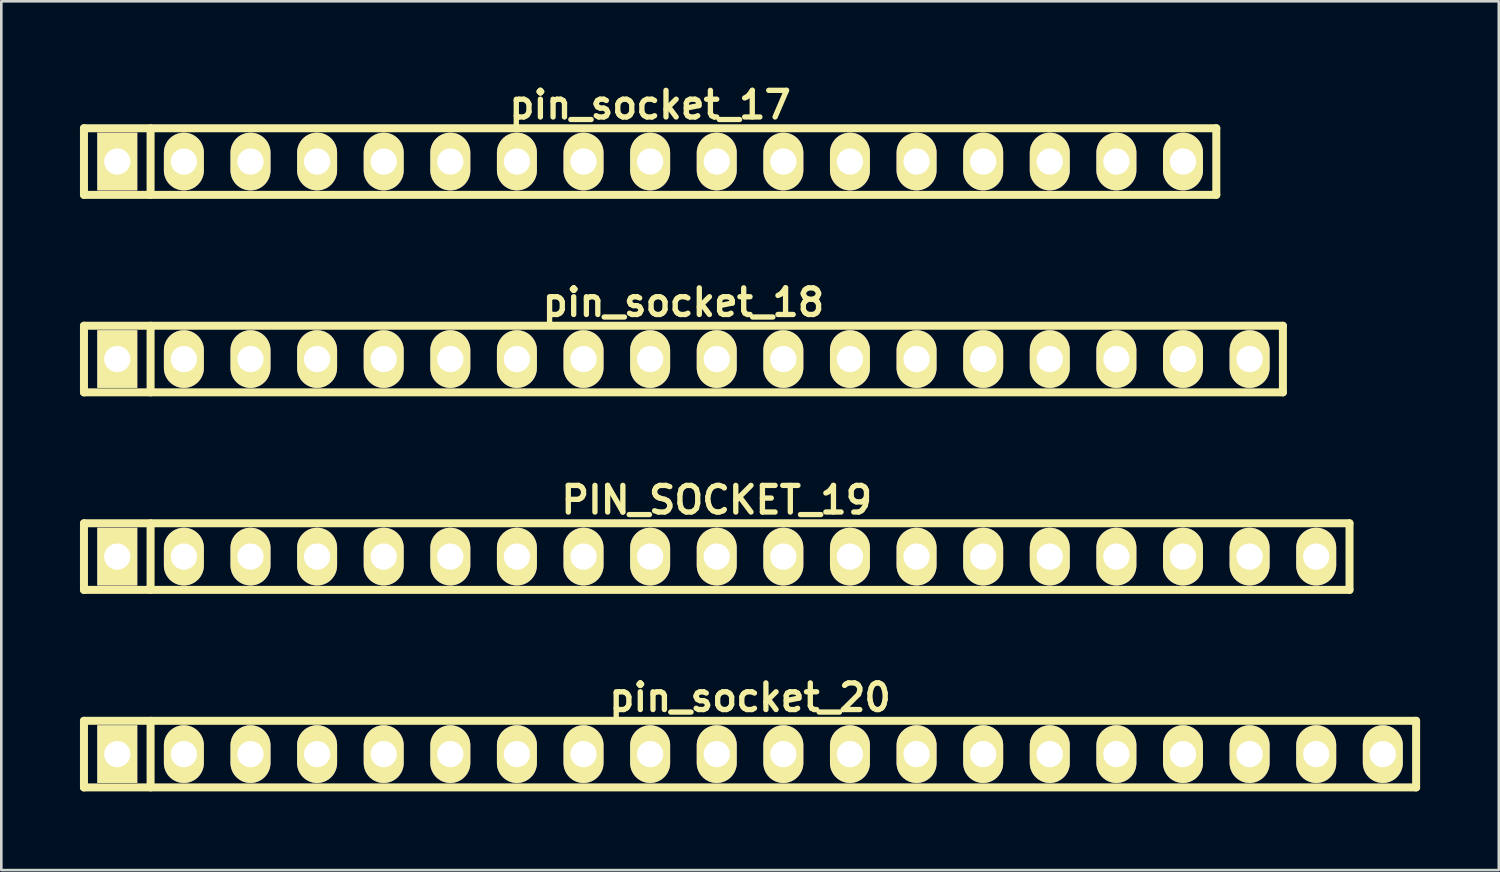
<source format=kicad_pcb>
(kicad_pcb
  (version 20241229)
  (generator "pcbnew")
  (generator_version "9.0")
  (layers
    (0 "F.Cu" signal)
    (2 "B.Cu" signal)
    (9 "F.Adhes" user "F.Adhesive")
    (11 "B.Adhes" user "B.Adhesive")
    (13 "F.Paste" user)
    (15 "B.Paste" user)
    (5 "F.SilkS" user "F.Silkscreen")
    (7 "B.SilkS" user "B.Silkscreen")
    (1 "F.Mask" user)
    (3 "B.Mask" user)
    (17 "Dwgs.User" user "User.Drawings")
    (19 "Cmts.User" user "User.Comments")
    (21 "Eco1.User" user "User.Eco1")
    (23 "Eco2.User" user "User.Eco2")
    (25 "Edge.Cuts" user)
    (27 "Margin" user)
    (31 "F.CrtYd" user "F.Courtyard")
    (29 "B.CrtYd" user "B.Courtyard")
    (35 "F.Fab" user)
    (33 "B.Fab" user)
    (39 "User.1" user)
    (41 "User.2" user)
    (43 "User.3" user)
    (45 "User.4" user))
  (footprint "PIN_SOCKET_19"
    (layer "F.Cu")
    (at 24.282 18.175)
    (property "Reference" "PIN_SOCKET_19" (at 0 -2.159 0) (layer "F.SilkS") (effects (font (size 1.016 1.016) (thickness 0.203))))
    (attr through_hole)
    (fp_line (start -24.13 -1.27) (end 24.13 -1.27) (stroke (width 0.305) (type solid)) (layer "F.SilkS"))
    (fp_line (start -24.13 1.27) (end -24.13 -1.27) (stroke (width 0.305) (type solid)) (layer "F.SilkS"))
    (fp_line (start -21.59 -1.27) (end -21.59 1.27) (stroke (width 0.305) (type solid)) (layer "F.SilkS"))
    (fp_line (start 24.13 -1.27) (end 24.13 1.27) (stroke (width 0.305) (type solid)) (layer "F.SilkS"))
    (fp_line (start 24.13 1.27) (end -24.13 1.27) (stroke (width 0.305) (type solid)) (layer "F.SilkS"))
    (pad "1" thru_hole rect (at -22.86 0) (size 1.524 2.2) (drill 1.001) (layers "*.Cu" "*.Mask" "F.SilkS"))
    (pad "2" thru_hole oval (at -20.32 0) (size 1.524 2.2) (drill 1.001) (layers "*.Cu" "*.Mask" "F.SilkS"))
    (pad "3" thru_hole oval (at -17.78 0) (size 1.524 2.2) (drill 1.001) (layers "*.Cu" "*.Mask" "F.SilkS"))
    (pad "4" thru_hole oval (at -15.24 0) (size 1.524 2.2) (drill 1.001) (layers "*.Cu" "*.Mask" "F.SilkS"))
    (pad "5" thru_hole oval (at -12.7 0) (size 1.524 2.2) (drill 1.001) (layers "*.Cu" "*.Mask" "F.SilkS"))
    (pad "6" thru_hole oval (at -10.16 0) (size 1.524 2.2) (drill 1.001) (layers "*.Cu" "*.Mask" "F.SilkS"))
    (pad "7" thru_hole oval (at -7.62 0) (size 1.524 2.2) (drill 1.001) (layers "*.Cu" "*.Mask" "F.SilkS"))
    (pad "8" thru_hole oval (at -5.08 0) (size 1.524 2.2) (drill 1.001) (layers "*.Cu" "*.Mask" "F.SilkS"))
    (pad "9" thru_hole oval (at -2.54 0) (size 1.524 2.2) (drill 1.001) (layers "*.Cu" "*.Mask" "F.SilkS"))
    (pad "10" thru_hole oval (at 0 0) (size 1.524 2.2) (drill 1.001) (layers "*.Cu" "*.Mask" "F.SilkS"))
    (pad "11" thru_hole oval (at 2.54 0) (size 1.524 2.2) (drill 1.001) (layers "*.Cu" "*.Mask" "F.SilkS"))
    (pad "12" thru_hole oval (at 5.08 0) (size 1.524 2.2) (drill 1.001) (layers "*.Cu" "*.Mask" "F.SilkS"))
    (pad "13" thru_hole oval (at 7.62 0) (size 1.524 2.2) (drill 1.001) (layers "*.Cu" "*.Mask" "F.SilkS"))
    (pad "14" thru_hole oval (at 10.16 0) (size 1.524 2.2) (drill 1.001) (layers "*.Cu" "*.Mask" "F.SilkS"))
    (pad "15" thru_hole oval (at 12.7 0) (size 1.524 2.2) (drill 1.001) (layers "*.Cu" "*.Mask" "F.SilkS"))
    (pad "16" thru_hole oval (at 15.24 0) (size 1.524 2.2) (drill 1.001) (layers "*.Cu" "*.Mask" "F.SilkS"))
    (pad "17" thru_hole oval (at 17.78 0) (size 1.524 2.2) (drill 1.001) (layers "*.Cu" "*.Mask" "F.SilkS"))
    (pad "18" thru_hole oval (at 20.32 0) (size 1.524 2.2) (drill 1.001) (layers "*.Cu" "*.Mask" "F.SilkS"))
    (pad "19" thru_hole oval (at 22.86 0) (size 1.524 2.2) (drill 1.001) (layers "*.Cu" "*.Mask" "F.SilkS")))
  (footprint "pin_socket_18"
    (layer "F.Cu")
    (at 23.012 10.642)
    (property "Reference" "pin_socket_18" (at 0 -2.159 0) (layer "F.SilkS") (effects (font (size 1.016 1.016) (thickness 0.203))))
    (attr through_hole)
    (fp_line (start -22.86 -1.27) (end 22.86 -1.27) (stroke (width 0.305) (type solid)) (layer "F.SilkS"))
    (fp_line (start -22.86 1.27) (end -22.86 -1.27) (stroke (width 0.305) (type solid)) (layer "F.SilkS"))
    (fp_line (start -20.32 -1.27) (end -20.32 1.27) (stroke (width 0.305) (type solid)) (layer "F.SilkS"))
    (fp_line (start 22.86 -1.27) (end 22.86 1.27) (stroke (width 0.305) (type solid)) (layer "F.SilkS"))
    (fp_line (start 22.86 1.27) (end -22.86 1.27) (stroke (width 0.305) (type solid)) (layer "F.SilkS"))
    (pad "1" thru_hole rect (at -21.59 0) (size 1.524 2.2) (drill 1.001) (layers "*.Cu" "*.Mask" "F.SilkS"))
    (pad "2" thru_hole oval (at -19.05 0) (size 1.524 2.2) (drill 1.001) (layers "*.Cu" "*.Mask" "F.SilkS"))
    (pad "3" thru_hole oval (at -16.51 0) (size 1.524 2.2) (drill 1.001) (layers "*.Cu" "*.Mask" "F.SilkS"))
    (pad "4" thru_hole oval (at -13.97 0) (size 1.524 2.2) (drill 1.001) (layers "*.Cu" "*.Mask" "F.SilkS"))
    (pad "5" thru_hole oval (at -11.43 0) (size 1.524 2.2) (drill 1.001) (layers "*.Cu" "*.Mask" "F.SilkS"))
    (pad "6" thru_hole oval (at -8.89 0) (size 1.524 2.2) (drill 1.001) (layers "*.Cu" "*.Mask" "F.SilkS"))
    (pad "7" thru_hole oval (at -6.35 0) (size 1.524 2.2) (drill 1.001) (layers "*.Cu" "*.Mask" "F.SilkS"))
    (pad "8" thru_hole oval (at -3.81 0) (size 1.524 2.2) (drill 1.001) (layers "*.Cu" "*.Mask" "F.SilkS"))
    (pad "9" thru_hole oval (at -1.27 0) (size 1.524 2.2) (drill 1.001) (layers "*.Cu" "*.Mask" "F.SilkS"))
    (pad "10" thru_hole oval (at 1.27 0) (size 1.524 2.2) (drill 1.001) (layers "*.Cu" "*.Mask" "F.SilkS"))
    (pad "11" thru_hole oval (at 3.81 0) (size 1.524 2.2) (drill 1.001) (layers "*.Cu" "*.Mask" "F.SilkS"))
    (pad "12" thru_hole oval (at 6.35 0) (size 1.524 2.2) (drill 1.001) (layers "*.Cu" "*.Mask" "F.SilkS"))
    (pad "13" thru_hole oval (at 8.89 0) (size 1.524 2.2) (drill 1.001) (layers "*.Cu" "*.Mask" "F.SilkS"))
    (pad "14" thru_hole oval (at 11.43 0) (size 1.524 2.2) (drill 1.001) (layers "*.Cu" "*.Mask" "F.SilkS"))
    (pad "15" thru_hole oval (at 13.97 0) (size 1.524 2.2) (drill 1.001) (layers "*.Cu" "*.Mask" "F.SilkS"))
    (pad "16" thru_hole oval (at 16.51 0) (size 1.524 2.2) (drill 1.001) (layers "*.Cu" "*.Mask" "F.SilkS"))
    (pad "17" thru_hole oval (at 19.05 0) (size 1.524 2.2) (drill 1.001) (layers "*.Cu" "*.Mask" "F.SilkS"))
    (pad "18" thru_hole oval (at 21.59 0) (size 1.524 2.2) (drill 1.001) (layers "*.Cu" "*.Mask" "F.SilkS")))
  (footprint "pin_socket_17"
    (layer "F.Cu")
    (at 21.742 3.11)
    (property "Reference" "pin_socket_17" (at 0 -2.159 0) (layer "F.SilkS") (effects (font (size 1.016 1.016) (thickness 0.203))))
    (attr through_hole)
    (fp_line (start -21.59 -1.27) (end 21.59 -1.27) (stroke (width 0.305) (type solid)) (layer "F.SilkS"))
    (fp_line (start -21.59 1.27) (end -21.59 -1.27) (stroke (width 0.305) (type solid)) (layer "F.SilkS"))
    (fp_line (start -19.05 -1.27) (end -19.05 1.27) (stroke (width 0.305) (type solid)) (layer "F.SilkS"))
    (fp_line (start 21.59 -1.27) (end 21.59 1.27) (stroke (width 0.305) (type solid)) (layer "F.SilkS"))
    (fp_line (start 21.59 1.27) (end -21.59 1.27) (stroke (width 0.305) (type solid)) (layer "F.SilkS"))
    (pad "1" thru_hole rect (at -20.32 0) (size 1.524 2.2) (drill 1.001) (layers "*.Cu" "*.Mask" "F.SilkS"))
    (pad "2" thru_hole oval (at -17.78 0) (size 1.524 2.2) (drill 1.001) (layers "*.Cu" "*.Mask" "F.SilkS"))
    (pad "3" thru_hole oval (at -15.24 0) (size 1.524 2.2) (drill 1.001) (layers "*.Cu" "*.Mask" "F.SilkS"))
    (pad "4" thru_hole oval (at -12.7 0) (size 1.524 2.2) (drill 1.001) (layers "*.Cu" "*.Mask" "F.SilkS"))
    (pad "5" thru_hole oval (at -10.16 0) (size 1.524 2.2) (drill 1.001) (layers "*.Cu" "*.Mask" "F.SilkS"))
    (pad "6" thru_hole oval (at -7.62 0) (size 1.524 2.2) (drill 1.001) (layers "*.Cu" "*.Mask" "F.SilkS"))
    (pad "7" thru_hole oval (at -5.08 0) (size 1.524 2.2) (drill 1.001) (layers "*.Cu" "*.Mask" "F.SilkS"))
    (pad "8" thru_hole oval (at -2.54 0) (size 1.524 2.2) (drill 1.001) (layers "*.Cu" "*.Mask" "F.SilkS"))
    (pad "9" thru_hole oval (at 0 0) (size 1.524 2.2) (drill 1.001) (layers "*.Cu" "*.Mask" "F.SilkS"))
    (pad "10" thru_hole oval (at 2.54 0) (size 1.524 2.2) (drill 1.001) (layers "*.Cu" "*.Mask" "F.SilkS"))
    (pad "11" thru_hole oval (at 5.08 0) (size 1.524 2.2) (drill 1.001) (layers "*.Cu" "*.Mask" "F.SilkS"))
    (pad "12" thru_hole oval (at 7.62 0) (size 1.524 2.2) (drill 1.001) (layers "*.Cu" "*.Mask" "F.SilkS"))
    (pad "13" thru_hole oval (at 10.16 0) (size 1.524 2.2) (drill 1.001) (layers "*.Cu" "*.Mask" "F.SilkS"))
    (pad "14" thru_hole oval (at 12.7 0) (size 1.524 2.2) (drill 1.001) (layers "*.Cu" "*.Mask" "F.SilkS"))
    (pad "15" thru_hole oval (at 15.24 0) (size 1.524 2.2) (drill 1.001) (layers "*.Cu" "*.Mask" "F.SilkS"))
    (pad "16" thru_hole oval (at 17.78 0) (size 1.524 2.2) (drill 1.001) (layers "*.Cu" "*.Mask" "F.SilkS"))
    (pad "17" thru_hole oval (at 20.32 0) (size 1.524 2.2) (drill 1.001) (layers "*.Cu" "*.Mask" "F.SilkS")))
  (footprint "pin_socket_20"
    (layer "F.Cu")
    (at 25.552 25.707)
    (property "Reference" "pin_socket_20" (at 0 -2.159 0) (layer "F.SilkS") (effects (font (size 1.016 1.016) (thickness 0.203))))
    (attr through_hole)
    (fp_line (start -25.4 -1.27) (end 25.4 -1.27) (stroke (width 0.305) (type solid)) (layer "F.SilkS"))
    (fp_line (start -25.4 1.27) (end -25.4 -1.27) (stroke (width 0.305) (type solid)) (layer "F.SilkS"))
    (fp_line (start -22.86 -1.27) (end -22.86 1.27) (stroke (width 0.305) (type solid)) (layer "F.SilkS"))
    (fp_line (start 25.4 -1.27) (end 25.4 1.27) (stroke (width 0.305) (type solid)) (layer "F.SilkS"))
    (fp_line (start 25.4 1.27) (end -25.4 1.27) (stroke (width 0.305) (type solid)) (layer "F.SilkS"))
    (pad "1" thru_hole rect (at -24.13 0) (size 1.524 2.2) (drill 1.001) (layers "*.Cu" "*.Mask" "F.SilkS"))
    (pad "2" thru_hole oval (at -21.59 0) (size 1.524 2.2) (drill 1.001) (layers "*.Cu" "*.Mask" "F.SilkS"))
    (pad "3" thru_hole oval (at -19.05 0) (size 1.524 2.2) (drill 1.001) (layers "*.Cu" "*.Mask" "F.SilkS"))
    (pad "4" thru_hole oval (at -16.51 0) (size 1.524 2.2) (drill 1.001) (layers "*.Cu" "*.Mask" "F.SilkS"))
    (pad "5" thru_hole oval (at -13.97 0) (size 1.524 2.2) (drill 1.001) (layers "*.Cu" "*.Mask" "F.SilkS"))
    (pad "6" thru_hole oval (at -11.43 0) (size 1.524 2.2) (drill 1.001) (layers "*.Cu" "*.Mask" "F.SilkS"))
    (pad "7" thru_hole oval (at -8.89 0) (size 1.524 2.2) (drill 1.001) (layers "*.Cu" "*.Mask" "F.SilkS"))
    (pad "8" thru_hole oval (at -6.35 0) (size 1.524 2.2) (drill 1.001) (layers "*.Cu" "*.Mask" "F.SilkS"))
    (pad "9" thru_hole oval (at -3.81 0) (size 1.524 2.2) (drill 1.001) (layers "*.Cu" "*.Mask" "F.SilkS"))
    (pad "10" thru_hole oval (at -1.27 0) (size 1.524 2.2) (drill 1.001) (layers "*.Cu" "*.Mask" "F.SilkS"))
    (pad "11" thru_hole oval (at 1.27 0) (size 1.524 2.2) (drill 1.001) (layers "*.Cu" "*.Mask" "F.SilkS"))
    (pad "12" thru_hole oval (at 3.81 0) (size 1.524 2.2) (drill 1.001) (layers "*.Cu" "*.Mask" "F.SilkS"))
    (pad "13" thru_hole oval (at 6.35 0) (size 1.524 2.2) (drill 1.001) (layers "*.Cu" "*.Mask" "F.SilkS"))
    (pad "14" thru_hole oval (at 8.89 0) (size 1.524 2.2) (drill 1.001) (layers "*.Cu" "*.Mask" "F.SilkS"))
    (pad "15" thru_hole oval (at 11.43 0) (size 1.524 2.2) (drill 1.001) (layers "*.Cu" "*.Mask" "F.SilkS"))
    (pad "16" thru_hole oval (at 13.97 0) (size 1.524 2.2) (drill 1.001) (layers "*.Cu" "*.Mask" "F.SilkS"))
    (pad "17" thru_hole oval (at 16.51 0) (size 1.524 2.2) (drill 1.001) (layers "*.Cu" "*.Mask" "F.SilkS"))
    (pad "18" thru_hole oval (at 19.05 0) (size 1.524 2.2) (drill 1.001) (layers "*.Cu" "*.Mask" "F.SilkS"))
    (pad "19" thru_hole oval (at 21.59 0) (size 1.524 2.2) (drill 1.001) (layers "*.Cu" "*.Mask" "F.SilkS"))
    (pad "20" thru_hole oval (at 24.13 0) (size 1.524 2.2) (drill 1.001) (layers "*.Cu" "*.Mask" "F.SilkS")))
  (gr_rect
    (start -3 -3)
    (end 54.105 30.13)
    (stroke (width 0.1) (type default))
    (fill no)
    (layer "Edge.Cuts")))
</source>
